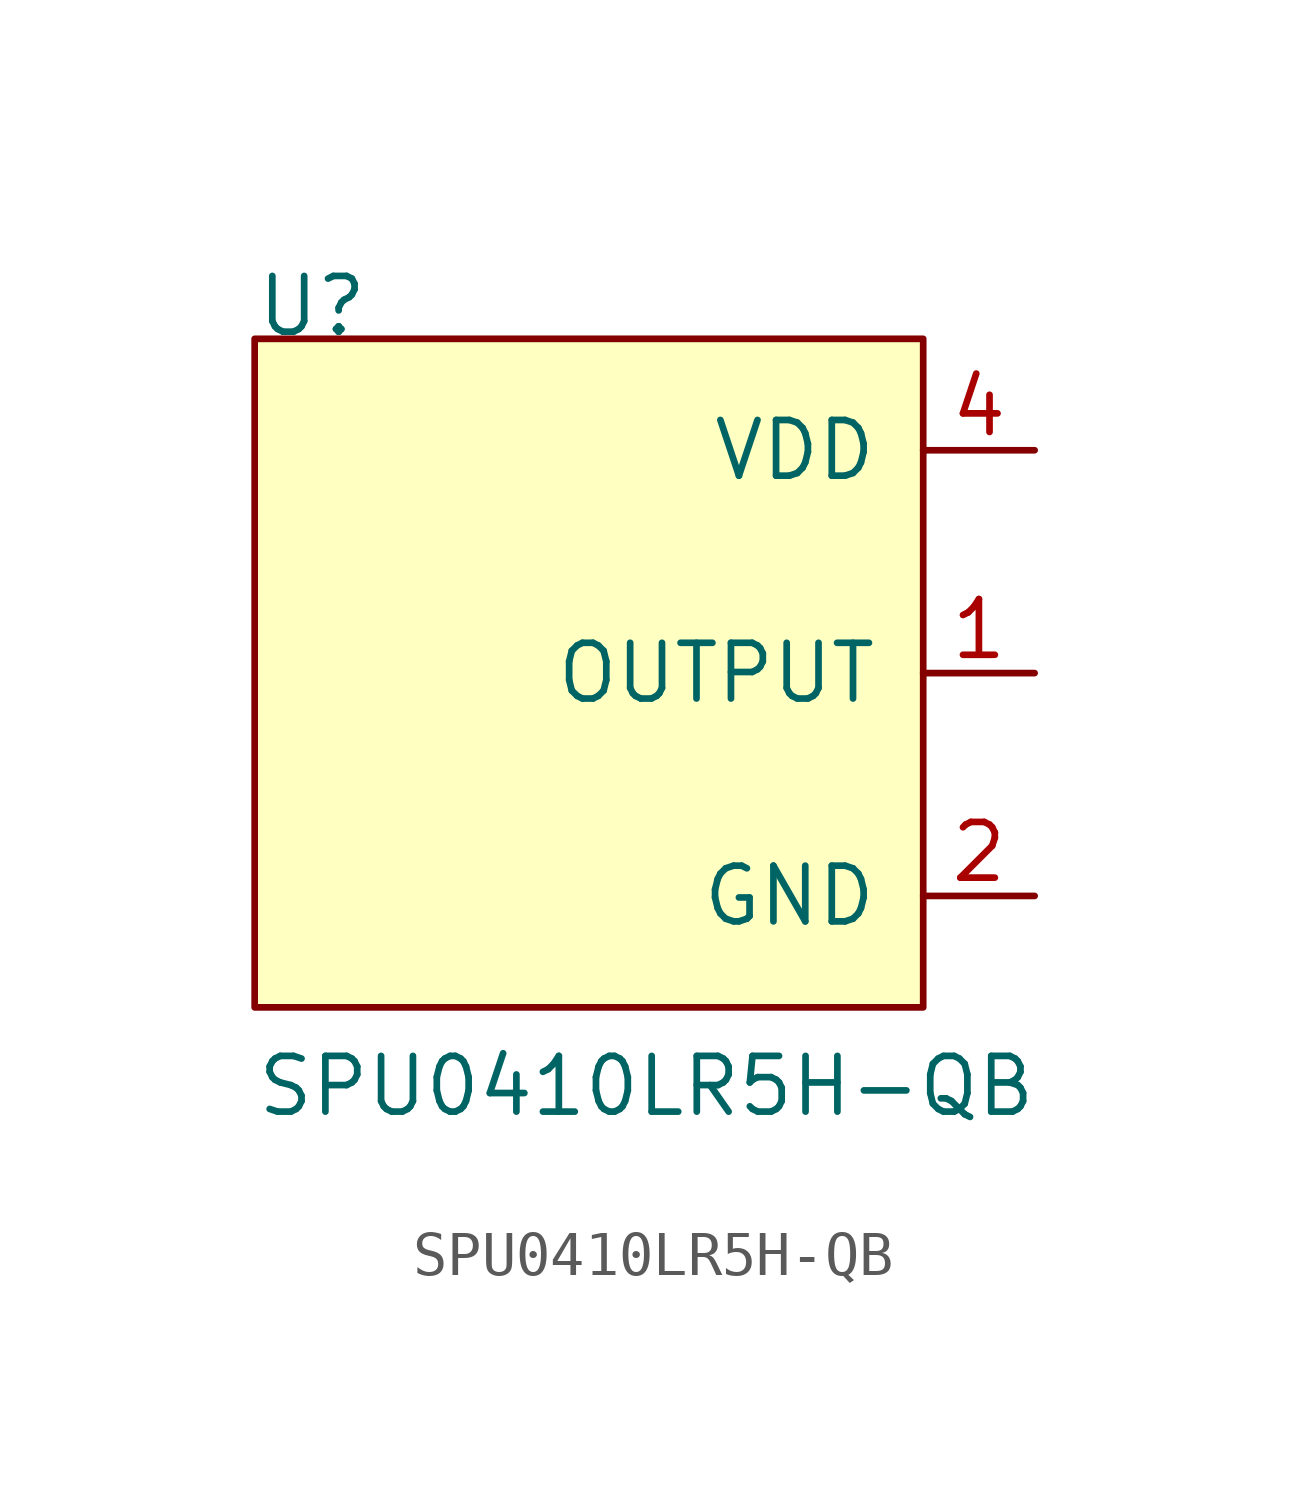
<source format=kicad_sym>
(kicad_symbol_lib
  (version 20220914)
  (generator kicad_symbol_editor)
  (symbol "SPU0410LR5H-QB"
    (pin_names
      (offset 1.016))
    (property "Reference" "U"
      (at -7.62 7.62 0)
      (effects (font (size 1.27 1.27)) (justify left bottom)))
    (property "Value" "SPU0410LR5H-QB"
      (at -7.62 -10.16 0)
      (effects (font (size 1.27 1.27)) (justify left bottom)))
    (symbol "SPU0410LR5H-QB_1_0"
      (rectangle (start -7.62 7.62) (end 7.62 -7.62) (stroke (width 0) (type default)) (fill (type background)))
      (pin output line (at 10.16 0 180) (length 2.54) (name "OUTPUT" (effects (font (size 1.27 1.27)))) (number "1" (effects (font (size 1.27 1.27)))))
      (pin power_in line (at 10.16 -5.08 180) (length 2.54) (name "GND" (effects (font (size 1.27 1.27)))) (number "2" (effects (font (size 1.27 1.27)))))
      (pin power_in line (at 10.16 -5.08 180) (length 2.54) hide (name "GND" (effects (font (size 1.27 1.27)))) (number "3" (effects (font (size 1.27 1.27)))))
      (pin power_in line (at 10.16 5.08 180) (length 2.54) (name "VDD" (effects (font (size 1.27 1.27)))) (number "4" (effects (font (size 1.27 1.27)))))
      (pin power_in line (at 10.16 -5.08 180) (length 2.54) hide (name "GND" (effects (font (size 1.27 1.27)))) (number "5" (effects (font (size 1.27 1.27)))))
      (pin power_in line (at 10.16 -5.08 180) (length 2.54) hide (name "GND" (effects (font (size 1.27 1.27)))) (number "6" (effects (font (size 1.27 1.27))))))))
</source>
